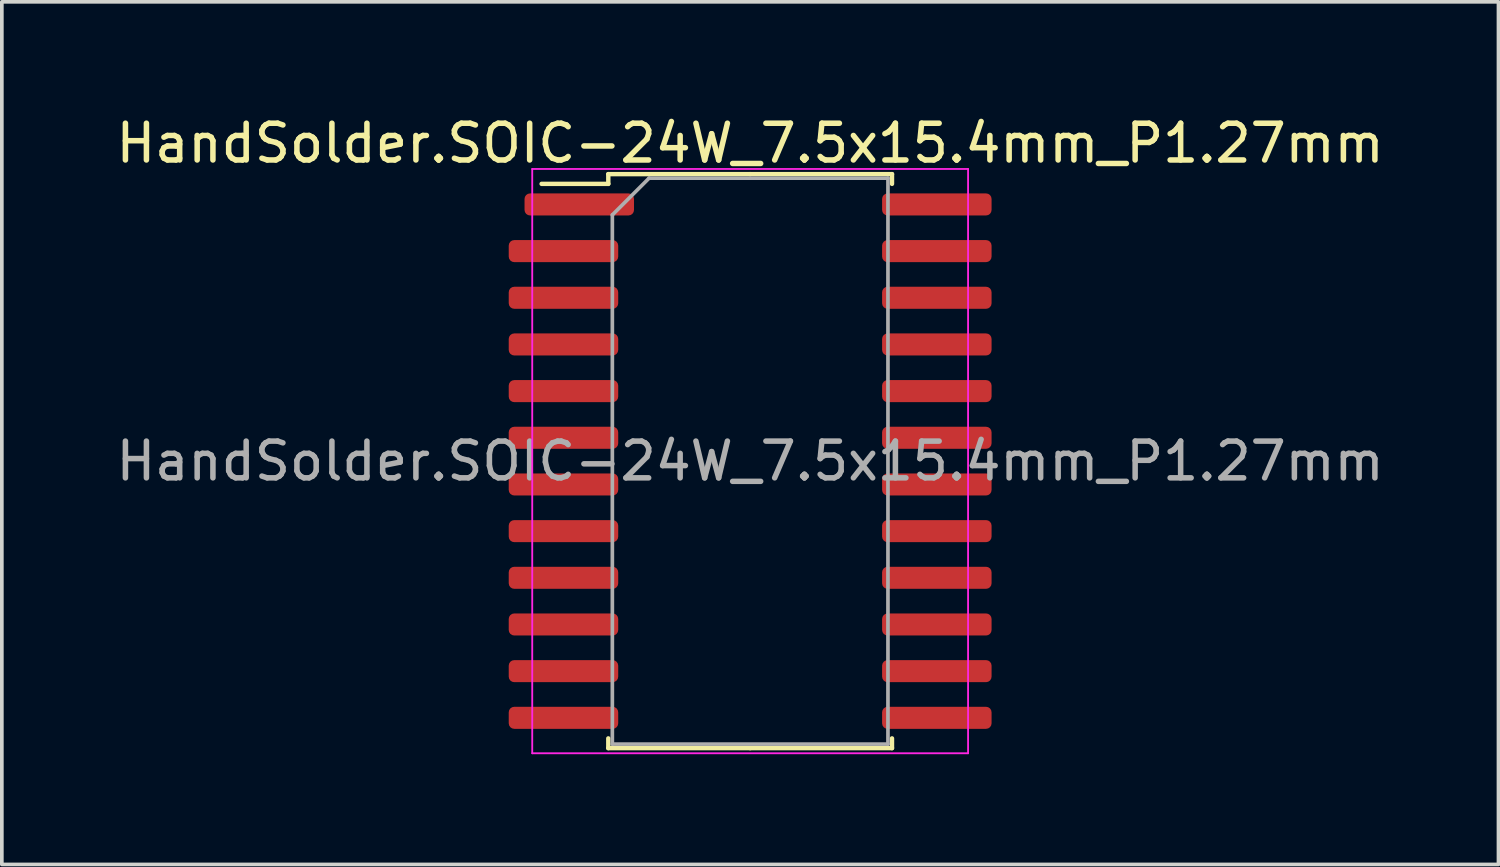
<source format=kicad_pcb>
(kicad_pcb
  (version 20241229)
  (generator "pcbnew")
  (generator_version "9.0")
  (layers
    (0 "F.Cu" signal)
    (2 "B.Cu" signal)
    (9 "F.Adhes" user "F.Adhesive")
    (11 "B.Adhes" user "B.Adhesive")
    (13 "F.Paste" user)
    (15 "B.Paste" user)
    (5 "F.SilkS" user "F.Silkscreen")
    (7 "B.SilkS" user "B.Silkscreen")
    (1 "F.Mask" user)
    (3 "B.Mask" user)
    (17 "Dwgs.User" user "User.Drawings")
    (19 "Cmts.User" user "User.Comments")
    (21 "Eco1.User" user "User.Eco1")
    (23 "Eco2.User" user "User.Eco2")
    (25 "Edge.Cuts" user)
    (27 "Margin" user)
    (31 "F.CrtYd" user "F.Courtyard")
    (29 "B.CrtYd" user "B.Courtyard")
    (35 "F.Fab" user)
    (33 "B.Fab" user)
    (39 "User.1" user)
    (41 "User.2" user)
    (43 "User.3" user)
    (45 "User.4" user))
  (footprint "HandSolder.SOIC-24W_7.5x15.4mm_P1.27mm"
    (layer "F.Cu")
    (at 17.363 9.498)
    (property "Reference" "HandSolder.SOIC-24W_7.5x15.4mm_P1.27mm" (at 0 -8.65 0) (layer "F.SilkS") (effects (font (size 1 1) (thickness 0.15))))
    (attr smd)
    (fp_line (start -3.86 -7.81) (end -3.86 -7.545) (stroke (width 0.12) (type solid)) (layer "F.SilkS"))
    (fp_line (start -3.86 -7.545) (end -5.675 -7.545) (stroke (width 0.12) (type solid)) (layer "F.SilkS"))
    (fp_line (start -3.86 7.81) (end -3.86 7.545) (stroke (width 0.12) (type solid)) (layer "F.SilkS"))
    (fp_line (start 0 -7.81) (end -3.86 -7.81) (stroke (width 0.12) (type solid)) (layer "F.SilkS"))
    (fp_line (start 0 -7.81) (end 3.86 -7.81) (stroke (width 0.12) (type solid)) (layer "F.SilkS"))
    (fp_line (start 0 7.81) (end -3.86 7.81) (stroke (width 0.12) (type solid)) (layer "F.SilkS"))
    (fp_line (start 0 7.81) (end 3.86 7.81) (stroke (width 0.12) (type solid)) (layer "F.SilkS"))
    (fp_line (start 3.86 -7.81) (end 3.86 -7.545) (stroke (width 0.12) (type solid)) (layer "F.SilkS"))
    (fp_line (start 3.86 7.81) (end 3.86 7.545) (stroke (width 0.12) (type solid)) (layer "F.SilkS"))
    (fp_line (start -5.93 -7.95) (end -5.93 7.95) (stroke (width 0.05) (type solid)) (layer "F.CrtYd"))
    (fp_line (start -5.93 7.95) (end 5.93 7.95) (stroke (width 0.05) (type solid)) (layer "F.CrtYd"))
    (fp_line (start 5.93 -7.95) (end -5.93 -7.95) (stroke (width 0.05) (type solid)) (layer "F.CrtYd"))
    (fp_line (start 5.93 7.95) (end 5.93 -7.95) (stroke (width 0.05) (type solid)) (layer "F.CrtYd"))
    (fp_line (start -3.75 -6.7) (end -2.75 -7.7) (stroke (width 0.1) (type solid)) (layer "F.Fab"))
    (fp_line (start -3.75 7.7) (end -3.75 -6.7) (stroke (width 0.1) (type solid)) (layer "F.Fab"))
    (fp_line (start -2.75 -7.7) (end 3.75 -7.7) (stroke (width 0.1) (type solid)) (layer "F.Fab"))
    (fp_line (start 3.75 -7.7) (end 3.75 7.7) (stroke (width 0.1) (type solid)) (layer "F.Fab"))
    (fp_line (start 3.75 7.7) (end -3.75 7.7) (stroke (width 0.1) (type solid)) (layer "F.Fab"))
    (fp_text user "${REFERENCE}" (at 0 0 0) (layer "F.Fab") (effects (font (size 1 1) (thickness 0.15))))
    (pad "1" smd roundrect (at -4.65 -6.985) (size 2.979 0.6) (layers "F.Cu" "F.Mask" "F.Paste") (roundrect_rratio 0.25))
    (pad "2" smd roundrect (at -5.08 -5.715) (size 2.979 0.6) (layers "F.Cu" "F.Mask" "F.Paste") (roundrect_rratio 0.25))
    (pad "3" smd roundrect (at -5.08 -4.445) (size 2.979 0.6) (layers "F.Cu" "F.Mask" "F.Paste") (roundrect_rratio 0.25))
    (pad "4" smd roundrect (at -5.08 -3.175) (size 2.979 0.6) (layers "F.Cu" "F.Mask" "F.Paste") (roundrect_rratio 0.25))
    (pad "5" smd roundrect (at -5.08 -1.905) (size 2.979 0.6) (layers "F.Cu" "F.Mask" "F.Paste") (roundrect_rratio 0.25))
    (pad "6" smd roundrect (at -5.08 -0.635) (size 2.979 0.6) (layers "F.Cu" "F.Mask" "F.Paste") (roundrect_rratio 0.25))
    (pad "7" smd roundrect (at -5.08 0.635) (size 2.979 0.6) (layers "F.Cu" "F.Mask" "F.Paste") (roundrect_rratio 0.25))
    (pad "8" smd roundrect (at -5.08 1.905) (size 2.979 0.6) (layers "F.Cu" "F.Mask" "F.Paste") (roundrect_rratio 0.25))
    (pad "9" smd roundrect (at -5.08 3.175) (size 2.979 0.6) (layers "F.Cu" "F.Mask" "F.Paste") (roundrect_rratio 0.25))
    (pad "10" smd roundrect (at -5.08 4.445) (size 2.979 0.6) (layers "F.Cu" "F.Mask" "F.Paste") (roundrect_rratio 0.25))
    (pad "11" smd roundrect (at -5.08 5.715) (size 2.979 0.6) (layers "F.Cu" "F.Mask" "F.Paste") (roundrect_rratio 0.25))
    (pad "12" smd roundrect (at -5.08 6.985) (size 2.979 0.6) (layers "F.Cu" "F.Mask" "F.Paste") (roundrect_rratio 0.25))
    (pad "13" smd roundrect (at 5.08 6.985) (size 2.979 0.6) (layers "F.Cu" "F.Mask" "F.Paste") (roundrect_rratio 0.25))
    (pad "14" smd roundrect (at 5.08 5.715) (size 2.979 0.6) (layers "F.Cu" "F.Mask" "F.Paste") (roundrect_rratio 0.25))
    (pad "15" smd roundrect (at 5.08 4.445) (size 2.979 0.6) (layers "F.Cu" "F.Mask" "F.Paste") (roundrect_rratio 0.25))
    (pad "16" smd roundrect (at 5.08 3.175) (size 2.979 0.6) (layers "F.Cu" "F.Mask" "F.Paste") (roundrect_rratio 0.25))
    (pad "17" smd roundrect (at 5.08 1.905) (size 2.979 0.6) (layers "F.Cu" "F.Mask" "F.Paste") (roundrect_rratio 0.25))
    (pad "18" smd roundrect (at 5.08 0.635) (size 2.979 0.6) (layers "F.Cu" "F.Mask" "F.Paste") (roundrect_rratio 0.25))
    (pad "19" smd roundrect (at 5.08 -0.635) (size 2.979 0.6) (layers "F.Cu" "F.Mask" "F.Paste") (roundrect_rratio 0.25))
    (pad "20" smd roundrect (at 5.08 -1.905) (size 2.979 0.6) (layers "F.Cu" "F.Mask" "F.Paste") (roundrect_rratio 0.25))
    (pad "21" smd roundrect (at 5.08 -3.175) (size 2.979 0.6) (layers "F.Cu" "F.Mask" "F.Paste") (roundrect_rratio 0.25))
    (pad "22" smd roundrect (at 5.08 -4.445) (size 2.979 0.6) (layers "F.Cu" "F.Mask" "F.Paste") (roundrect_rratio 0.25))
    (pad "23" smd roundrect (at 5.08 -5.715) (size 2.979 0.6) (layers "F.Cu" "F.Mask" "F.Paste") (roundrect_rratio 0.25))
    (pad "24" smd roundrect (at 5.08 -6.985) (size 2.979 0.6) (layers "F.Cu" "F.Mask" "F.Paste") (roundrect_rratio 0.25)))
  (gr_rect
    (start -3 -3)
    (end 37.726 20.473)
    (stroke (width 0.1) (type default))
    (fill no)
    (layer "Edge.Cuts")))
</source>
